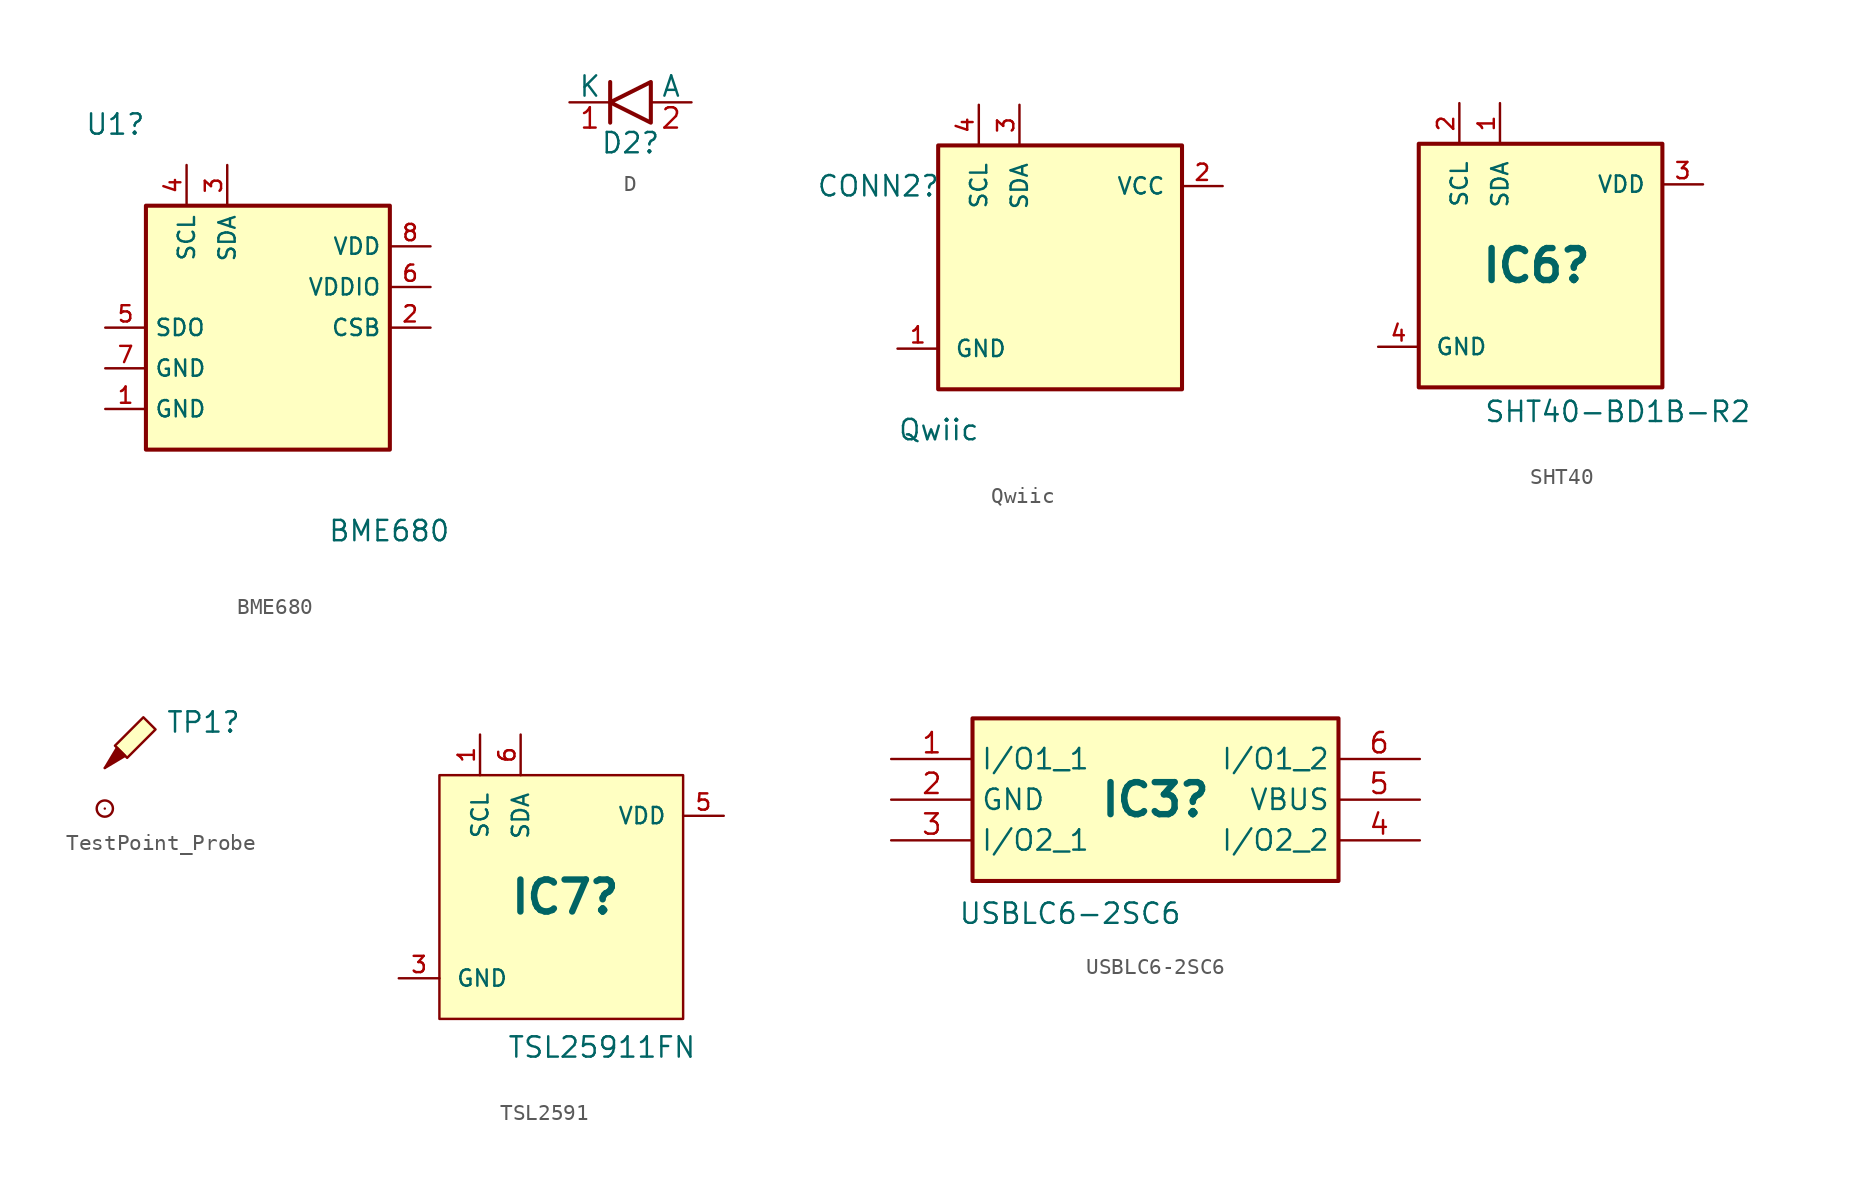
<source format=kicad_sym>
(kicad_symbol_lib
  (version 20231120)
  (generator "kicad_symbol_editor")
  (generator_version "8.0")
  (symbol "BME680"
    (property "Reference" "U1"
      (at -7.62 12.7 0)
      (effects (font (size 1.27 1.27)) (justify right)))
    (property "Value" "BME680"
      (at 11.43 -12.7 0)
      (effects (font (size 1.27 1.27)) (justify right)))
    (symbol "BME680_0_1"
      (rectangle (start -7.62 7.62) (end 7.62 -7.62) (stroke (width 0.254) (type default)) (fill (type background))))
    (symbol "BME680_1_1"
      (pin power_in line (at -10.16 -5.08 0) (length 2.54) (name "GND" (effects (font (size 1.016 1.016)))) (number "1" (effects (font (size 1.016 1.016)))))
      (pin input line (at 10.16 0 180) (length 2.54) (name "CSB" (effects (font (size 1.016 1.016)))) (number "2" (effects (font (size 1.016 1.016)))))
      (pin bidirectional line (at -2.54 10.16 270) (length 2.54) (name "SDA" (effects (font (size 1.016 1.016)))) (number "3" (effects (font (size 1.016 1.016)))))
      (pin input line (at -5.08 10.16 270) (length 2.54) (name "SCL" (effects (font (size 1.016 1.016)))) (number "4" (effects (font (size 1.016 1.016)))))
      (pin input line (at -10.16 0 0) (length 2.54) (name "SDO" (effects (font (size 1.016 1.016)))) (number "5" (effects (font (size 1.016 1.016)))))
      (pin power_in line (at 10.16 2.54 180) (length 2.54) (name "VDDIO" (effects (font (size 1.016 1.016)))) (number "6" (effects (font (size 1.016 1.016)))))
      (pin power_in line (at -10.16 -2.54 0) (length 2.54) (name "GND" (effects (font (size 1.016 1.016)))) (number "7" (effects (font (size 1.016 1.016)))))
      (pin power_in line (at 10.16 5.08 180) (length 2.54) (name "VDD" (effects (font (size 1.016 1.016)))) (number "8" (effects (font (size 1.016 1.016)))))))
  (symbol "D"
    (pin_names
      (offset 0))
    (property "Reference" "D2"
      (at 0 -2.54 0)
      (effects (font (size 1.27 1.27))))
    (symbol "D_0_1"
      (polyline (pts (xy -1.27 1.27) (xy -1.27 -1.27)) (stroke (width 0.254) (type default)) (fill (type none)))
      (polyline (pts (xy 1.27 1.27) (xy 1.27 -1.27) (xy -1.27 0) (xy 1.27 1.27)) (stroke (width 0.254) (type default)) (fill (type none))))
    (symbol "D_1_1"
      (pin passive line (at -3.81 0 0) (length 2.54) (name "K" (effects (font (size 1.27 1.27)))) (number "1" (effects (font (size 1.27 1.27)))))
      (pin passive line (at 3.81 0 180) (length 2.54) (name "A" (effects (font (size 1.27 1.27)))) (number "2" (effects (font (size 1.27 1.27)))))))
  (symbol "Qwiic"
    (pin_names
      (offset 1.016))
    (property "Reference" "CONN2"
      (at -15.24 5.08 0)
      (effects (font (size 1.27 1.27)) (justify left)))
    (property "Value" "Qwiic"
      (at -10.16 -10.16 0)
      (effects (font (size 1.27 1.27)) (justify left)))
    (symbol "Qwiic_0_0"
      (rectangle (start -7.62 7.62) (end 7.62 -7.62) (stroke (width 0.254) (type default)) (fill (type background))))
    (symbol "Qwiic_1_0"
      (pin power_in line (at -10.16 -5.08 0) (length 2.54) (name "GND" (effects (font (size 1.016 1.016)))) (number "1" (effects (font (size 1.016 1.016)))))
      (pin power_in line (at 10.16 5.08 180) (length 2.54) (name "VCC" (effects (font (size 1.016 1.016)))) (number "2" (effects (font (size 1.016 1.016)))))
      (pin bidirectional line (at -2.54 10.16 270) (length 2.54) (name "SDA" (effects (font (size 1.016 1.016)))) (number "3" (effects (font (size 1.016 1.016)))))
      (pin bidirectional line (at -5.08 10.16 270) (length 2.54) (name "SCL" (effects (font (size 1.016 1.016)))) (number "4" (effects (font (size 1.016 1.016))))))
    (symbol "Qwiic_1_1"
      (pin no_connect line (at 5.08 -10.16 90) (length 2.54) hide (name "MP1" (effects (font (size 1.27 1.27)))) (number "MP1" (effects (font (size 1.27 1.27)))))
      (pin no_connect line (at 2.54 -10.16 90) (length 2.54) hide (name "MP2" (effects (font (size 1.27 1.27)))) (number "MP2" (effects (font (size 1.27 1.27)))))))
  (symbol "SHT40"
    (pin_names
      (offset 1.016))
    (property "Reference" "IC6"
      (at -0.254 0 0)
      (effects (font (size 2 2) (bold yes))))
    (property "Value" "SHT40-BD1B-R2"
      (at 4.826 -9.144 0)
      (effects (font (size 1.27 1.27))))
    (symbol "SHT40_0_0"
      (rectangle (start -7.62 7.62) (end 7.62 -7.62) (stroke (width 0.254) (type default)) (fill (type background))))
    (symbol "SHT40_1_0"
      (pin bidirectional line (at -2.54 10.16 270) (length 2.54) (name "SDA" (effects (font (size 1.016 1.016)))) (number "1" (effects (font (size 1.016 1.016)))))
      (pin input line (at -5.08 10.16 270) (length 2.54) (name "SCL" (effects (font (size 1.016 1.016)))) (number "2" (effects (font (size 1.016 1.016)))))
      (pin power_in line (at 10.16 5.08 180) (length 2.54) (name "VDD" (effects (font (size 1.016 1.016)))) (number "3" (effects (font (size 1.016 1.016)))))
      (pin power_in line (at -10.16 -5.08 0) (length 2.54) (name "GND" (effects (font (size 1.016 1.016)))) (number "4" (effects (font (size 1.016 1.016)))))))
  (symbol "TestPoint_Probe"
    (pin_numbers hide)
    (pin_names
      (offset 0.762) hide)
    (property "Reference" "TP1"
      (at 3.81 2.858 0)
      (effects (font (size 1.27 1.27)) (justify left)))
    (symbol "TestPoint_Probe_0_1"
      (circle (center 0 -2.54) (radius 0.508) (stroke (width 0) (type default)) (fill (type none)))
      (polyline (pts (xy 1.27 0.762) (xy 0 0) (xy 0.762 1.27) (xy 1.27 0.762)) (stroke (width 0) (type default)) (fill (type outline)))
      (polyline (pts (xy 1.397 0.635) (xy 0.635 1.397) (xy 2.413 3.175) (xy 3.175 2.413) (xy 1.397 0.635)) (stroke (width 0) (type default)) (fill (type background))))
    (symbol "TestPoint_Probe_1_1"
      (pin power_in line (at 0 -2.54 270) (length 0) (name "GND" (effects (font (size 1.27 1.27)))) (number "1" (effects (font (size 1.27 1.27)))))
      (pin output line (at 0 0 90) (length 0) (name "TP" (effects (font (size 1.27 1.27)))) (number "2" (effects (font (size 1.27 1.27)))))))
  (symbol "TSL2591"
    (pin_names
      (offset 1.016))
    (property "Reference" "IC7"
      (at 0.254 0 0)
      (effects (font (size 2 2) (bold yes))))
    (property "Value" "TSL25911FN"
      (at 2.54 -9.398 0)
      (effects (font (size 1.27 1.27))))
    (symbol "TSL2591_0_1"
      (rectangle (start -7.62 7.62) (end 7.62 -7.62) (stroke (width 0) (type default)) (fill (type background))))
    (symbol "TSL2591_1_0"
      (pin input line (at -5.08 10.16 270) (length 2.54) (name "SCL" (effects (font (size 1.016 1.016)))) (number "1" (effects (font (size 1.016 1.016)))))
      (pin no_connect line (at -12.7 1.27 0) (length 5.08) hide (name "INT" (effects (font (size 1.016 1.016)))) (number "2" (effects (font (size 1.016 1.016)))))
      (pin power_in line (at -10.16 -5.08 0) (length 2.54) (name "GND" (effects (font (size 1.016 1.016)))) (number "3" (effects (font (size 1.016 1.016)))))
      (pin no_connect line (at -12.7 -1.27 0) (length 5.08) hide (name "NC" (effects (font (size 1.016 1.016)))) (number "4" (effects (font (size 1.016 1.016)))))
      (pin power_in line (at 10.16 5.08 180) (length 2.54) (name "VDD" (effects (font (size 1.016 1.016)))) (number "5" (effects (font (size 1.016 1.016)))))
      (pin bidirectional line (at -2.54 10.16 270) (length 2.54) (name "SDA" (effects (font (size 1.016 1.016)))) (number "6" (effects (font (size 1.016 1.016)))))))
  (symbol "USBLC6-2SC6"
    (property "Reference" "IC3"
      (at 0 0 0)
      (effects (font (size 2 2) (bold yes))))
    (property "Value" "USBLC6-2SC6"
      (at -5.334 -7.112 0)
      (effects (font (size 1.27 1.27))))
    (symbol "USBLC6-2SC6_1_1"
      (rectangle (start -11.43 5.08) (end 11.43 -5.08) (stroke (width 0.254) (type default)) (fill (type background)))
      (pin passive line (at -16.51 2.54 0) (length 5.08) (name "I/O1_1" (effects (font (size 1.27 1.27)))) (number "1" (effects (font (size 1.27 1.27)))))
      (pin passive line (at -16.51 0 0) (length 5.08) (name "GND" (effects (font (size 1.27 1.27)))) (number "2" (effects (font (size 1.27 1.27)))))
      (pin passive line (at -16.51 -2.54 0) (length 5.08) (name "I/O2_1" (effects (font (size 1.27 1.27)))) (number "3" (effects (font (size 1.27 1.27)))))
      (pin passive line (at 16.51 -2.54 180) (length 5.08) (name "I/O2_2" (effects (font (size 1.27 1.27)))) (number "4" (effects (font (size 1.27 1.27)))))
      (pin passive line (at 16.51 0 180) (length 5.08) (name "VBUS" (effects (font (size 1.27 1.27)))) (number "5" (effects (font (size 1.27 1.27)))))
      (pin passive line (at 16.51 2.54 180) (length 5.08) (name "I/O1_2" (effects (font (size 1.27 1.27)))) (number "6" (effects (font (size 1.27 1.27))))))))
</source>
